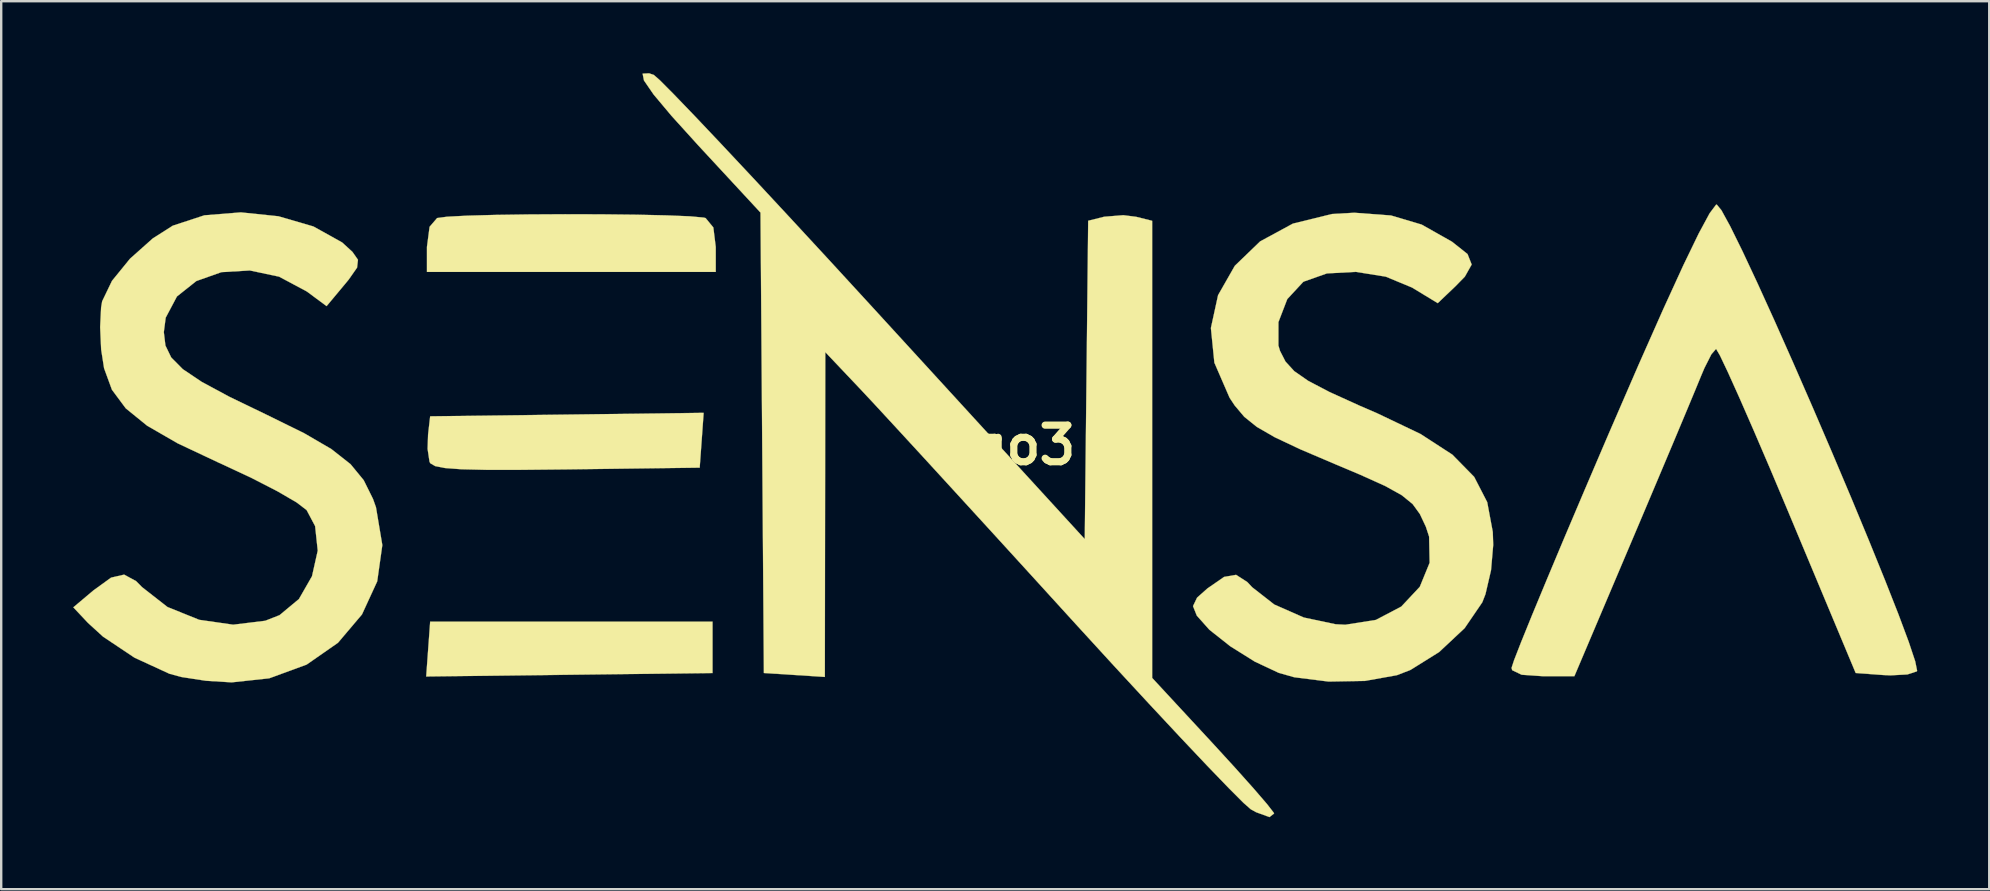
<source format=kicad_pcb>
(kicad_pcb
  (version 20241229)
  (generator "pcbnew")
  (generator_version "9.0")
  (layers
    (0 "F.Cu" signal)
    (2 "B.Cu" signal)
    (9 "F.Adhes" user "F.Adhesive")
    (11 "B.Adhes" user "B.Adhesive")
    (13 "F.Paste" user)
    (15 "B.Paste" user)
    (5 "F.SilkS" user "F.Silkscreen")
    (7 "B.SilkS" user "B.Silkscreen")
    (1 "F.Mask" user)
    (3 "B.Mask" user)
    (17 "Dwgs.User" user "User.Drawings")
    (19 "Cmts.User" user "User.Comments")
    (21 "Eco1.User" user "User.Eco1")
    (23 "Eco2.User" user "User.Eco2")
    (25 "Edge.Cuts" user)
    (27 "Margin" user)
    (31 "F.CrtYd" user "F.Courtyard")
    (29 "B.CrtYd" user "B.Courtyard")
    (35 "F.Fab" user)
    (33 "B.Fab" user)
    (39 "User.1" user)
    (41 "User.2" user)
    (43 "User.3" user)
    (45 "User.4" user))
  (footprint "logo3"
    (layer "F.Cu")
    (at 38.533 15.497)
    (property "Reference" "logo3" (at 0 0 0) (layer "F.SilkS") (effects (font (size 1.524 1.524) (thickness 0.3))))
    (attr through_hole)
    (fp_poly (pts (xy -11.898 9.492) (xy -17.862 9.564) (xy -23.827 9.636) (xy -23.662 7.353) (xy -11.898 7.353) (xy -11.898 9.492)) (stroke (width 0.01) (type solid)) (fill yes) (layer "F.SilkS"))
    (fp_poly (pts (xy -12.35 -0.206) (xy -12.433 0.936) (xy -17.987 1.008) (xy -19.891 1.027) (xy -21.326 1.027) (xy -22.355 1.003) (xy -23.042 0.952) (xy -23.454 0.871) (xy -23.652 0.756) (xy -23.688 0.696) (xy -23.769 0.155) (xy -23.749 -0.445) (xy -23.662 -1.203) (xy -17.965 -1.275) (xy -12.268 -1.348) (xy -12.35 -0.206)) (stroke (width 0.01) (type solid)) (fill yes) (layer "F.SilkS"))
    (fp_poly (pts (xy -16.512 -9.618) (xy -15.065 -9.602) (xy -13.807 -9.574) (xy -12.842 -9.535) (xy -12.273 -9.483) (xy -12.187 -9.463) (xy -11.864 -9.07) (xy -11.764 -8.26) (xy -11.764 -7.219) (xy -23.796 -7.219) (xy -23.796 -8.26) (xy -23.686 -9.098) (xy -23.373 -9.463) (xy -22.963 -9.518) (xy -22.122 -9.562) (xy -20.952 -9.594) (xy -19.559 -9.614) (xy -18.044 -9.622) (xy -16.512 -9.618)) (stroke (width 0.01) (type solid)) (fill yes) (layer "F.SilkS"))
    (fp_poly (pts (xy -14.345 -15.426) (xy -14.093 -15.205) (xy -13.518 -14.627) (xy -12.655 -13.731) (xy -11.543 -12.556) (xy -10.216 -11.14) (xy -8.713 -9.523) (xy -7.068 -7.743) (xy -5.319 -5.839) (xy -5.176 -5.683) (xy 3.609 3.913) (xy 3.681 -2.718) (xy 3.752 -9.35) (xy 4.416 -9.517) (xy 5.218 -9.582) (xy 5.748 -9.515) (xy 6.417 -9.348) (xy 6.417 9.696) (xy 8.957 12.439) (xy 9.873 13.44) (xy 10.643 14.301) (xy 11.199 14.947) (xy 11.477 15.304) (xy 11.497 15.345) (xy 11.304 15.494) (xy 10.746 15.29) (xy 10.526 15.169) (xy 10.224 14.903) (xy 9.606 14.284) (xy 8.714 13.359) (xy 7.592 12.172) (xy 6.281 10.767) (xy 4.824 9.191) (xy 3.264 7.487) (xy 2.906 7.094) (xy 1.277 5.306) (xy -0.3 3.578) (xy -1.774 1.967) (xy -3.095 0.525) (xy -4.213 -0.69) (xy -5.076 -1.625) (xy -5.636 -2.225) (xy -5.672 -2.264) (xy -7.2 -3.877) (xy -7.21 2.889) (xy -7.219 9.655) (xy -8.489 9.573) (xy -9.759 9.492) (xy -9.829 -0.099) (xy -9.899 -9.69) (xy -12.475 -12.471) (xy -13.602 -13.715) (xy -14.357 -14.615) (xy -14.755 -15.195) (xy -14.811 -15.479) (xy -14.54 -15.492) (xy -14.345 -15.426)) (stroke (width 0.01) (type solid)) (fill yes) (layer "F.SilkS"))
    (fp_poly (pts (xy 30.133 -9.789) (xy 30.499 -9.121) (xy 31.009 -8.086) (xy 31.635 -6.75) (xy 32.35 -5.176) (xy 33.126 -3.429) (xy 33.936 -1.574) (xy 34.751 0.324) (xy 35.544 2.2) (xy 36.287 3.992) (xy 36.952 5.632) (xy 37.513 7.058) (xy 37.94 8.204) (xy 38.207 9.005) (xy 38.286 9.398) (xy 38.276 9.422) (xy 37.882 9.551) (xy 37.178 9.589) (xy 36.883 9.576) (xy 35.727 9.492) (xy 32.904 2.741) (xy 32.159 0.972) (xy 31.474 -0.624) (xy 30.879 -1.984) (xy 30.402 -3.043) (xy 30.071 -3.739) (xy 29.913 -4.009) (xy 29.909 -4.011) (xy 29.715 -3.786) (xy 29.427 -3.218) (xy 29.288 -2.891) (xy 29.054 -2.322) (xy 28.648 -1.348) (xy 28.107 -0.057) (xy 27.466 1.463) (xy 26.764 3.125) (xy 26.424 3.927) (xy 24.007 9.625) (xy 22.698 9.625) (xy 21.811 9.564) (xy 21.416 9.374) (xy 21.389 9.279) (xy 21.492 8.964) (xy 21.784 8.214) (xy 22.243 7.083) (xy 22.846 5.629) (xy 23.569 3.905) (xy 24.391 1.968) (xy 25.287 -0.127) (xy 25.467 -0.546) (xy 26.686 -3.358) (xy 27.713 -5.674) (xy 28.547 -7.495) (xy 29.19 -8.824) (xy 29.643 -9.663) (xy 29.907 -10.014) (xy 29.939 -10.026) (xy 30.133 -9.789)) (stroke (width 0.01) (type solid)) (fill yes) (layer "F.SilkS"))
    (fp_poly (pts (xy -29.983 -9.537) (xy -28.525 -9.112) (xy -27.33 -8.447) (xy -26.901 -8.055) (xy -26.67 -7.725) (xy -26.707 -7.398) (xy -27.053 -6.903) (xy -27.228 -6.691) (xy -27.977 -5.794) (xy -28.801 -6.404) (xy -29.956 -7.021) (xy -31.175 -7.279) (xy -32.358 -7.209) (xy -33.403 -6.839) (xy -34.211 -6.197) (xy -34.68 -5.312) (xy -34.758 -4.711) (xy -34.691 -4.151) (xy -34.449 -3.653) (xy -33.966 -3.166) (xy -33.178 -2.637) (xy -32.021 -2.014) (xy -30.464 -1.262) (xy -28.911 -0.498) (xy -27.778 0.162) (xy -26.98 0.79) (xy -26.43 1.459) (xy -26.043 2.24) (xy -25.919 2.588) (xy -25.655 4.162) (xy -25.868 5.673) (xy -26.503 7.052) (xy -27.502 8.231) (xy -28.809 9.141) (xy -30.367 9.712) (xy -31.932 9.881) (xy -33.003 9.815) (xy -34.018 9.659) (xy -34.522 9.524) (xy -35.977 8.854) (xy -37.288 7.979) (xy -37.918 7.404) (xy -38.528 6.755) (xy -37.692 6.051) (xy -36.956 5.518) (xy -36.411 5.392) (xy -35.913 5.663) (xy -35.668 5.911) (xy -34.607 6.741) (xy -33.284 7.275) (xy -31.869 7.478) (xy -30.533 7.315) (xy -29.937 7.081) (xy -29.129 6.409) (xy -28.585 5.46) (xy -28.346 4.394) (xy -28.455 3.371) (xy -28.809 2.704) (xy -29.226 2.385) (xy -30.025 1.92) (xy -31.096 1.369) (xy -32.327 0.793) (xy -32.457 0.735) (xy -34.179 -0.076) (xy -35.453 -0.811) (xy -36.344 -1.535) (xy -36.92 -2.311) (xy -37.247 -3.204) (xy -37.369 -3.986) (xy -37.411 -4.919) (xy -37.371 -5.739) (xy -37.327 -5.996) (xy -36.917 -6.847) (xy -36.165 -7.771) (xy -35.216 -8.616) (xy -34.383 -9.146) (xy -33.068 -9.577) (xy -31.549 -9.699) (xy -29.983 -9.537)) (stroke (width 0.01) (type solid)) (fill yes) (layer "F.SilkS"))
    (fp_poly (pts (xy 16.368 -9.57) (xy 17.644 -9.191) (xy 18.912 -8.475) (xy 18.914 -8.473) (xy 19.556 -7.963) (xy 19.729 -7.527) (xy 19.444 -7.021) (xy 19.05 -6.618) (xy 18.315 -5.917) (xy 17.245 -6.567) (xy 16.15 -7.021) (xy 14.9 -7.221) (xy 13.696 -7.156) (xy 12.737 -6.817) (xy 12.704 -6.796) (xy 12.046 -6.086) (xy 11.678 -5.129) (xy 11.677 -4.152) (xy 11.744 -3.929) (xy 11.971 -3.485) (xy 12.335 -3.086) (xy 12.919 -2.68) (xy 13.804 -2.216) (xy 15.072 -1.64) (xy 15.785 -1.332) (xy 17.592 -0.47) (xy 18.923 0.393) (xy 19.833 1.32) (xy 20.376 2.373) (xy 20.608 3.614) (xy 20.626 4.154) (xy 20.535 5.208) (xy 20.304 6.204) (xy 20.171 6.546) (xy 19.436 7.623) (xy 18.372 8.619) (xy 17.177 9.364) (xy 16.615 9.582) (xy 15.28 9.821) (xy 13.766 9.848) (xy 12.337 9.668) (xy 11.688 9.484) (xy 10.693 9.017) (xy 9.672 8.378) (xy 8.802 7.69) (xy 8.277 7.101) (xy 8.119 6.705) (xy 8.288 6.352) (xy 8.722 5.966) (xy 9.415 5.487) (xy 9.913 5.401) (xy 10.381 5.702) (xy 10.586 5.92) (xy 11.504 6.637) (xy 12.734 7.179) (xy 14.059 7.46) (xy 14.465 7.48) (xy 15.738 7.279) (xy 16.796 6.723) (xy 17.567 5.9) (xy 17.977 4.899) (xy 17.955 3.809) (xy 17.819 3.395) (xy 17.57 2.867) (xy 17.267 2.451) (xy 16.816 2.084) (xy 16.124 1.7) (xy 15.097 1.236) (xy 14.056 0.797) (xy 12.588 0.171) (xy 11.528 -0.329) (xy 10.781 -0.76) (xy 10.254 -1.183) (xy 9.854 -1.657) (xy 9.642 -1.978) (xy 9.009 -3.437) (xy 8.864 -4.882) (xy 9.163 -6.25) (xy 9.861 -7.474) (xy 10.915 -8.49) (xy 12.281 -9.231) (xy 13.913 -9.632) (xy 14.839 -9.684) (xy 16.368 -9.57)) (stroke (width 0.01) (type solid)) (fill yes) (layer "F.SilkS")))
  (gr_rect
    (start -3 -3)
    (end 79.824 33.996)
    (stroke (width 0.1) (type default))
    (fill no)
    (layer "Edge.Cuts")))
</source>
